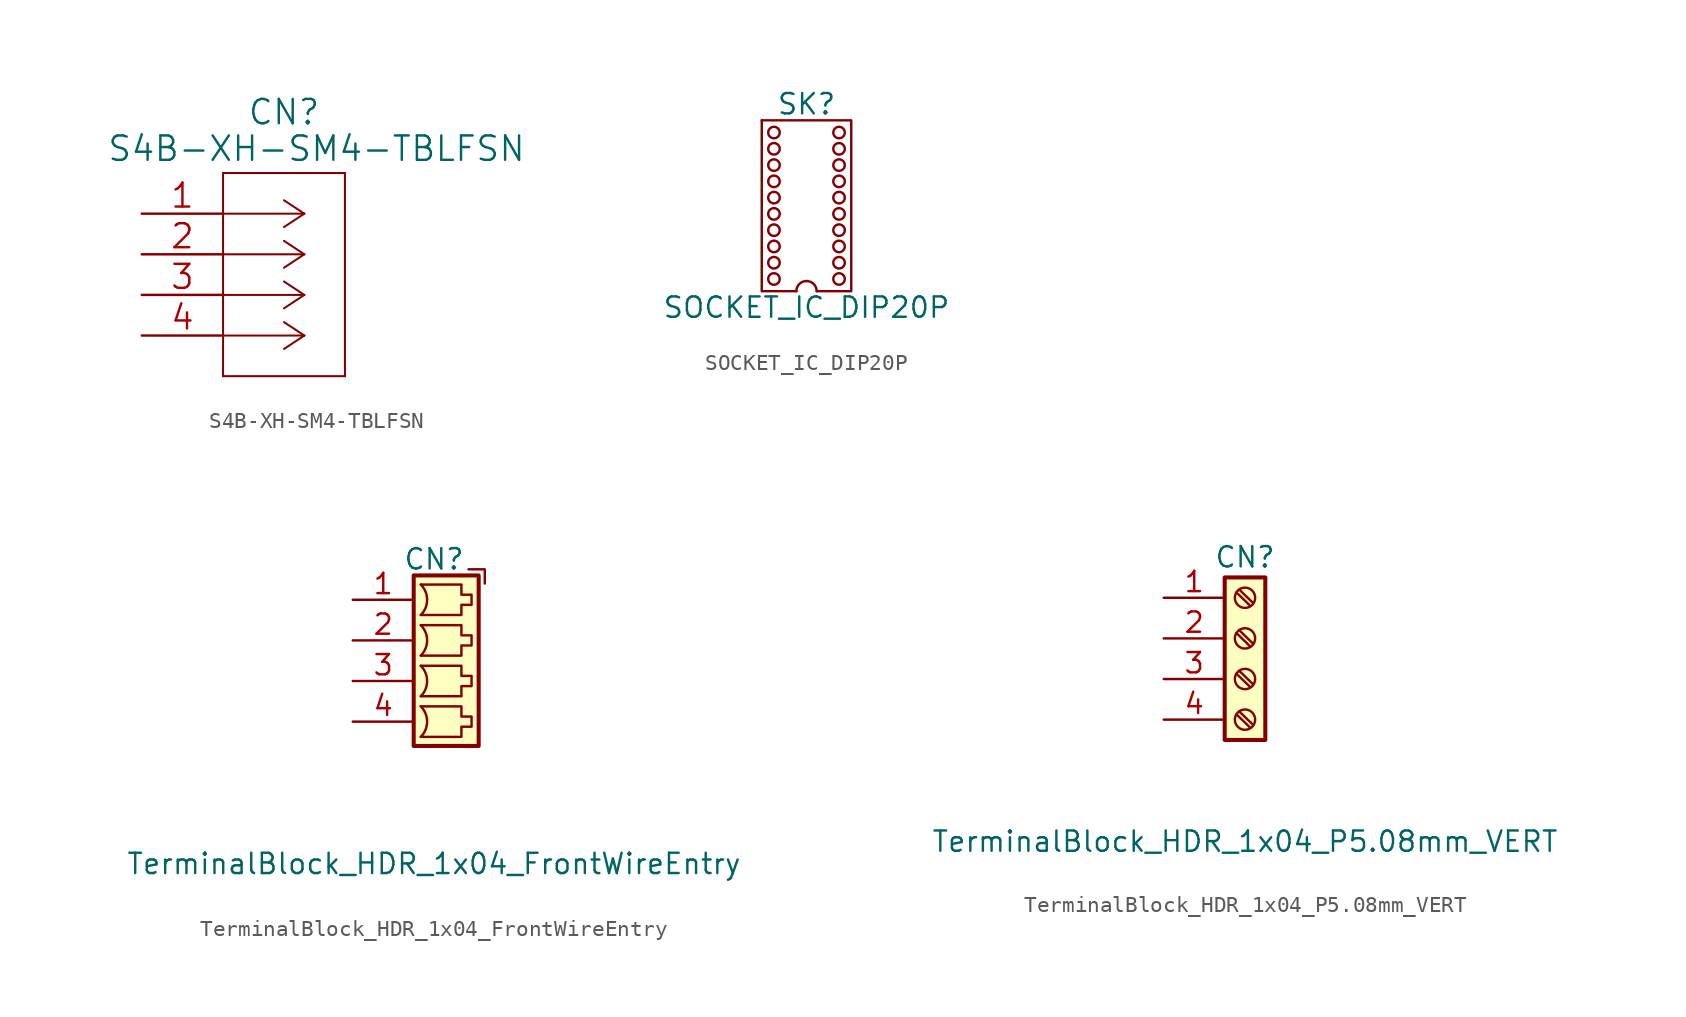
<source format=kicad_sym>
(kicad_symbol_lib
  (version 20241209)
  (generator "kicad_symbol_editor")
  (generator_version "9.0")
  (symbol "S4B-XH-SM4-TBLFSN"
    (pin_names
      (offset 0.254)
      (hide yes))
    (property "Reference" "CN"
      (at 8.89 6.35 0)
      (effects (font (size 1.524 1.524))))
    (property "Value" "S4B-XH-SM4-TBLFSN"
      (at 10.922 4.064 0)
      (effects (font (size 1.524 1.524))))
    (symbol "S4B-XH-SM4-TBLFSN_1_1"
      (polyline (pts (xy 5.08 2.54) (xy 5.08 -10.16)) (stroke (width 0.127) (type default)) (fill (type none)))
      (polyline (pts (xy 5.08 -10.16) (xy 12.7 -10.16)) (stroke (width 0.127) (type default)) (fill (type none)))
      (polyline (pts (xy 10.16 0) (xy 5.08 0)) (stroke (width 0.127) (type default)) (fill (type none)))
      (polyline (pts (xy 10.16 0) (xy 8.89 0.838)) (stroke (width 0.127) (type default)) (fill (type none)))
      (polyline (pts (xy 10.16 0) (xy 8.89 -0.838)) (stroke (width 0.127) (type default)) (fill (type none)))
      (polyline (pts (xy 10.16 -2.54) (xy 5.08 -2.54)) (stroke (width 0.127) (type default)) (fill (type none)))
      (polyline (pts (xy 10.16 -2.54) (xy 8.89 -1.702)) (stroke (width 0.127) (type default)) (fill (type none)))
      (polyline (pts (xy 10.16 -2.54) (xy 8.89 -3.378)) (stroke (width 0.127) (type default)) (fill (type none)))
      (polyline (pts (xy 10.16 -5.08) (xy 5.08 -5.08)) (stroke (width 0.127) (type default)) (fill (type none)))
      (polyline (pts (xy 10.16 -5.08) (xy 8.89 -4.242)) (stroke (width 0.127) (type default)) (fill (type none)))
      (polyline (pts (xy 10.16 -5.08) (xy 8.89 -5.918)) (stroke (width 0.127) (type default)) (fill (type none)))
      (polyline (pts (xy 10.16 -7.62) (xy 5.08 -7.62)) (stroke (width 0.127) (type default)) (fill (type none)))
      (polyline (pts (xy 10.16 -7.62) (xy 8.89 -6.782)) (stroke (width 0.127) (type default)) (fill (type none)))
      (polyline (pts (xy 10.16 -7.62) (xy 8.89 -8.458)) (stroke (width 0.127) (type default)) (fill (type none)))
      (polyline (pts (xy 12.7 2.54) (xy 5.08 2.54)) (stroke (width 0.127) (type default)) (fill (type none)))
      (polyline (pts (xy 12.7 -10.16) (xy 12.7 2.54)) (stroke (width 0.127) (type default)) (fill (type none)))
      (pin passive line (at 0 0 0) (length 5.08) (name "1" (effects (font (size 1.499 1.499)))) (number "1" (effects (font (size 1.499 1.499)))))
      (pin passive line (at 0 -2.54 0) (length 5.08) (name "2" (effects (font (size 1.499 1.499)))) (number "2" (effects (font (size 1.499 1.499)))))
      (pin passive line (at 0 -5.08 0) (length 5.08) (name "3" (effects (font (size 1.499 1.499)))) (number "3" (effects (font (size 1.499 1.499)))))
      (pin passive line (at 0 -7.62 0) (length 5.08) (name "4" (effects (font (size 1.499 1.499)))) (number "4" (effects (font (size 1.499 1.499)))))
      (pin no_connect line (at 8.89 2.54 270) (length 0) (hide yes) (name "MP" (effects (font (size 1.27 1.27)))) (number "5" (effects (font (size 1.27 1.27)))))
      (pin no_connect line (at 8.89 -10.16 270) (length 0) (hide yes) (name "MP" (effects (font (size 1.499 1.499)))) (number "6" (effects (font (size 1.499 1.499)))))))
  (symbol "SOCKET_IC_DIP20P"
    (property "Reference" "SK"
      (at 0 6.35 0)
      (effects (font (size 1.27 1.27))))
    (property "Value" "SOCKET_IC_DIP20P"
      (at 0 -6.35 0)
      (effects (font (size 1.27 1.27))))
    (symbol "SOCKET_IC_DIP20P_0_1"
      (polyline (pts (xy -2.794 5.334) (xy -2.794 -5.334) (xy -0.635 -5.334)) (stroke (width 0) (type default)) (fill (type none)))
      (polyline (pts (xy -2.794 5.334) (xy 2.794 5.334) (xy 2.794 -5.334) (xy 0.635 -5.334)) (stroke (width 0) (type default)) (fill (type none)))
      (circle (center -2.032 4.572) (radius 0.359) (stroke (width 0) (type default)) (fill (type none)))
      (circle (center -2.032 3.556) (radius 0.359) (stroke (width 0) (type default)) (fill (type none)))
      (circle (center -2.032 2.54) (radius 0.359) (stroke (width 0) (type default)) (fill (type none)))
      (circle (center -2.032 1.524) (radius 0.359) (stroke (width 0) (type default)) (fill (type none)))
      (circle (center -2.032 0.508) (radius 0.359) (stroke (width 0) (type default)) (fill (type none)))
      (circle (center -2.032 -0.508) (radius 0.359) (stroke (width 0) (type default)) (fill (type none)))
      (circle (center -2.032 -1.524) (radius 0.359) (stroke (width 0) (type default)) (fill (type none)))
      (circle (center -2.032 -2.54) (radius 0.359) (stroke (width 0) (type default)) (fill (type none)))
      (circle (center -2.032 -3.556) (radius 0.359) (stroke (width 0) (type default)) (fill (type none)))
      (circle (center -2.032 -4.572) (radius 0.359) (stroke (width 0) (type default)) (fill (type none)))
      (arc (start -0.635 -5.334) (mid -0.449 -4.885) (end 0 -4.699) (stroke (width 0) (type default)) (fill (type none)))
      (arc (start 0 -4.699) (mid 0.449 -4.885) (end 0.635 -5.334) (stroke (width 0) (type default)) (fill (type none)))
      (circle (center 2.032 4.572) (radius 0.359) (stroke (width 0) (type default)) (fill (type none)))
      (circle (center 2.032 3.556) (radius 0.359) (stroke (width 0) (type default)) (fill (type none)))
      (circle (center 2.032 2.54) (radius 0.359) (stroke (width 0) (type default)) (fill (type none)))
      (circle (center 2.032 1.524) (radius 0.359) (stroke (width 0) (type default)) (fill (type none)))
      (circle (center 2.032 0.508) (radius 0.359) (stroke (width 0) (type default)) (fill (type none)))
      (circle (center 2.032 -0.508) (radius 0.359) (stroke (width 0) (type default)) (fill (type none)))
      (circle (center 2.032 -1.524) (radius 0.359) (stroke (width 0) (type default)) (fill (type none)))
      (circle (center 2.032 -2.54) (radius 0.359) (stroke (width 0) (type default)) (fill (type none)))
      (circle (center 2.032 -3.556) (radius 0.359) (stroke (width 0) (type default)) (fill (type none)))
      (circle (center 2.032 -4.572) (radius 0.359) (stroke (width 0) (type default)) (fill (type none)))))
  (symbol "TerminalBlock_HDR_1x04_FrontWireEntry"
    (pin_names
      (offset 1.016)
      (hide yes))
    (property "Reference" "CN"
      (at 0 7.62 0)
      (effects (font (size 1.27 1.27))))
    (property "Value" "TerminalBlock_HDR_1x04_FrontWireEntry"
      (at 0 -11.43 0)
      (effects (font (size 1.27 1.27))))
    (symbol "TerminalBlock_HDR_1x04_FrontWireEntry_0_1"
      (arc (start -0.8257 6.0325) (mid -0.4311 5.08) (end -0.8257 4.1275) (stroke (width 0) (type default)) (fill (type none)))
      (arc (start -0.8257 3.4925) (mid -0.4311 2.54) (end -0.8257 1.5875) (stroke (width 0) (type default)) (fill (type none)))
      (arc (start -0.8256 0.9525) (mid -0.431 0) (end -0.8256 -0.9525) (stroke (width 0) (type default)) (fill (type none)))
      (arc (start -0.8256 -1.5875) (mid -0.431 -2.54) (end -0.8256 -3.4925) (stroke (width 0) (type default)) (fill (type none)))
      (polyline (pts (xy -0.826 4.128) (xy 1.714 4.128) (xy 1.714 4.763) (xy 2.349 4.763) (xy 2.349 5.397) (xy 1.714 5.397) (xy 1.714 6.032) (xy -0.826 6.032)) (stroke (width 0) (type default)) (fill (type none)))
      (polyline (pts (xy -0.826 1.587) (xy 1.714 1.587) (xy 1.714 2.223) (xy 2.349 2.223) (xy 2.349 2.857) (xy 1.714 2.857) (xy 1.714 3.493) (xy -0.826 3.493)) (stroke (width 0) (type default)) (fill (type none)))
      (polyline (pts (xy -0.826 -0.953) (xy 1.714 -0.953) (xy 1.714 -0.318) (xy 2.349 -0.318) (xy 2.349 0.318) (xy 1.714 0.318) (xy 1.714 0.953) (xy -0.826 0.953)) (stroke (width 0) (type default)) (fill (type none)))
      (polyline (pts (xy -0.826 -3.493) (xy 1.714 -3.493) (xy 1.714 -2.857) (xy 2.349 -2.857) (xy 2.349 -2.223) (xy 1.714 -2.223) (xy 1.714 -1.587) (xy -0.826 -1.587)) (stroke (width 0) (type default)) (fill (type none)))
      (polyline (pts (xy 2.159 6.985) (xy 3.175 6.985) (xy 3.175 6.096)) (stroke (width 0) (type default)) (fill (type none))))
    (symbol "TerminalBlock_HDR_1x04_FrontWireEntry_1_1"
      (rectangle (start -1.27 6.604) (end 2.794 -4.064) (stroke (width 0.254) (type default)) (fill (type background)))
      (pin passive line (at -5.08 5.08 0) (length 3.81) (name "Pin_1" (effects (font (size 1.27 1.27)))) (number "1" (effects (font (size 1.27 1.27)))))
      (pin passive line (at -5.08 2.54 0) (length 3.81) (name "Pin_2" (effects (font (size 1.27 1.27)))) (number "2" (effects (font (size 1.27 1.27)))))
      (pin passive line (at -5.08 0 0) (length 3.81) (name "Pin_3" (effects (font (size 1.27 1.27)))) (number "3" (effects (font (size 1.27 1.27)))))
      (pin passive line (at -5.08 -2.54 0) (length 3.81) (name "Pin_4" (effects (font (size 1.27 1.27)))) (number "4" (effects (font (size 1.27 1.27)))))))
  (symbol "TerminalBlock_HDR_1x04_P5.08mm_VERT"
    (pin_names
      (offset 1.016)
      (hide yes))
    (property "Reference" "CN"
      (at 0 7.62 0)
      (effects (font (size 1.27 1.27))))
    (property "Value" "TerminalBlock_HDR_1x04_P5.08mm_VERT"
      (at 0 -10.16 0)
      (effects (font (size 1.27 1.27))))
    (symbol "TerminalBlock_HDR_1x04_P5.08mm_VERT_1_1"
      (rectangle (start -1.27 6.35) (end 1.27 -3.81) (stroke (width 0.254) (type default)) (fill (type background)))
      (polyline (pts (xy -0.533 5.41) (xy 0.33 4.572)) (stroke (width 0.152) (type default)) (fill (type none)))
      (polyline (pts (xy -0.533 2.87) (xy 0.33 2.032)) (stroke (width 0.152) (type default)) (fill (type none)))
      (polyline (pts (xy -0.533 0.33) (xy 0.33 -0.508)) (stroke (width 0.152) (type default)) (fill (type none)))
      (polyline (pts (xy -0.533 -2.21) (xy 0.33 -3.048)) (stroke (width 0.152) (type default)) (fill (type none)))
      (polyline (pts (xy -0.356 5.588) (xy 0.508 4.75)) (stroke (width 0.152) (type default)) (fill (type none)))
      (polyline (pts (xy -0.356 3.048) (xy 0.508 2.21)) (stroke (width 0.152) (type default)) (fill (type none)))
      (polyline (pts (xy -0.356 0.508) (xy 0.508 -0.33)) (stroke (width 0.152) (type default)) (fill (type none)))
      (polyline (pts (xy -0.356 -2.032) (xy 0.508 -2.87)) (stroke (width 0.152) (type default)) (fill (type none)))
      (circle (center 0 5.08) (radius 0.635) (stroke (width 0.152) (type default)) (fill (type none)))
      (circle (center 0 2.54) (radius 0.635) (stroke (width 0.152) (type default)) (fill (type none)))
      (circle (center 0 0) (radius 0.635) (stroke (width 0.152) (type default)) (fill (type none)))
      (circle (center 0 -2.54) (radius 0.635) (stroke (width 0.152) (type default)) (fill (type none)))
      (pin passive line (at -5.08 5.08 0) (length 3.81) (name "Pin_1" (effects (font (size 1.27 1.27)))) (number "1" (effects (font (size 1.27 1.27)))))
      (pin passive line (at -5.08 2.54 0) (length 3.81) (name "Pin_2" (effects (font (size 1.27 1.27)))) (number "2" (effects (font (size 1.27 1.27)))))
      (pin passive line (at -5.08 0 0) (length 3.81) (name "Pin_3" (effects (font (size 1.27 1.27)))) (number "3" (effects (font (size 1.27 1.27)))))
      (pin passive line (at -5.08 -2.54 0) (length 3.81) (name "Pin_4" (effects (font (size 1.27 1.27)))) (number "4" (effects (font (size 1.27 1.27))))))))
</source>
